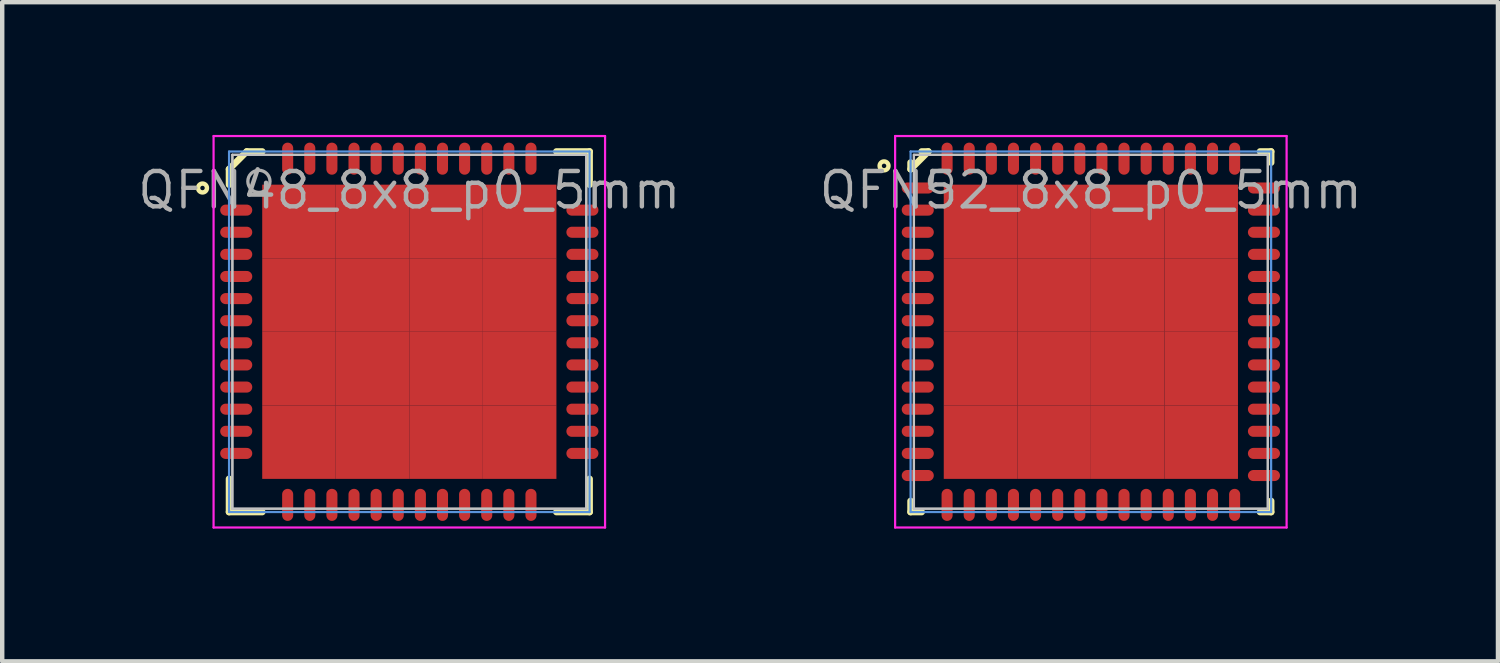
<source format=kicad_pcb>
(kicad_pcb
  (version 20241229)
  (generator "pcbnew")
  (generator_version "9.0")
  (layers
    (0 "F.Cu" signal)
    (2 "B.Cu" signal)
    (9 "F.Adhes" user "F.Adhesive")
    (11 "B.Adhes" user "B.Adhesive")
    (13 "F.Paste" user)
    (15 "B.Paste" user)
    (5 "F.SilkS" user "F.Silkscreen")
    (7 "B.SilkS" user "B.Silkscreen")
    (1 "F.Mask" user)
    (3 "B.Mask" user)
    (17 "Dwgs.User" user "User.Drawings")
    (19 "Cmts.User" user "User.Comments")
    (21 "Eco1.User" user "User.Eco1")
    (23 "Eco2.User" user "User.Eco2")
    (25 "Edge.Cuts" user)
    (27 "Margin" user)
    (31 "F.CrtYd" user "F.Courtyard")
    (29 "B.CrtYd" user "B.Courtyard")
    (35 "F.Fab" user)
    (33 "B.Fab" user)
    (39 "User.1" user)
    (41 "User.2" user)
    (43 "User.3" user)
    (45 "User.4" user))
  (footprint "QFN48_8x8_p0_5mm"
    (layer "F.Cu")
    (at 6.203 4.45)
    (property "Reference" "QFN48_8x8_p0_5mm" (at 0 -3.2 0) (layer "F.Fab") (effects (font (size 0.8 0.8) (thickness 0.1))))
    (attr through_hole)
    (fp_line (start -4.075 -3.675) (end -4.075 -3.325) (stroke (width 0.15) (type solid)) (layer "F.SilkS"))
    (fp_line (start -4.075 -3.675) (end -3.675 -4.075) (stroke (width 0.15) (type solid)) (layer "F.SilkS"))
    (fp_line (start -4.075 4.075) (end -4.075 3.325) (stroke (width 0.15) (type solid)) (layer "F.SilkS"))
    (fp_line (start -4.075 4.075) (end -3.325 4.075) (stroke (width 0.15) (type solid)) (layer "F.SilkS"))
    (fp_line (start -3.325 -4.075) (end -3.675 -4.075) (stroke (width 0.15) (type solid)) (layer "F.SilkS"))
    (fp_line (start 4.075 -4.075) (end 3.325 -4.075) (stroke (width 0.15) (type solid)) (layer "F.SilkS"))
    (fp_line (start 4.075 -4.075) (end 4.075 -3.325) (stroke (width 0.15) (type solid)) (layer "F.SilkS"))
    (fp_line (start 4.075 4.075) (end 3.325 4.075) (stroke (width 0.15) (type solid)) (layer "F.SilkS"))
    (fp_line (start 4.075 4.075) (end 4.075 3.325) (stroke (width 0.15) (type solid)) (layer "F.SilkS"))
    (fp_circle (center -4.675 -3.25) (end -4.604 -3.179) (stroke (width 0.1) (type solid)) (fill no) (layer "F.SilkS"))
    (fp_line (start -4 -4) (end -4 4) (stroke (width 0.05) (type solid)) (layer "Dwgs.User"))
    (fp_line (start -4 -4) (end 4 -4) (stroke (width 0.05) (type solid)) (layer "Dwgs.User"))
    (fp_line (start -4 4) (end 4 4) (stroke (width 0.05) (type solid)) (layer "Dwgs.User"))
    (fp_line (start 4 -4) (end 4 4) (stroke (width 0.05) (type solid)) (layer "Dwgs.User"))
    (fp_line (start -4.075 -4.075) (end -4.075 4.075) (stroke (width 0.05) (type solid)) (layer "Cmts.User"))
    (fp_line (start -4.075 -4.075) (end 4.075 -4.075) (stroke (width 0.05) (type solid)) (layer "Cmts.User"))
    (fp_line (start -4.075 4.075) (end 4.075 4.075) (stroke (width 0.05) (type solid)) (layer "Cmts.User"))
    (fp_line (start 4.075 -4.075) (end 4.075 4.075) (stroke (width 0.05) (type solid)) (layer "Cmts.User"))
    (fp_line (start -3.925 -3.925) (end -3.925 3.925) (stroke (width 0.05) (type solid)) (layer "Eco1.User"))
    (fp_line (start -3.925 -3.925) (end 3.925 -3.925) (stroke (width 0.05) (type solid)) (layer "Eco1.User"))
    (fp_line (start -3.925 3.925) (end 3.925 3.925) (stroke (width 0.05) (type solid)) (layer "Eco1.User"))
    (fp_line (start 3.925 -3.925) (end 3.925 3.925) (stroke (width 0.05) (type solid)) (layer "Eco1.User"))
    (fp_line (start -4.425 -4.425) (end -4.425 4.425) (stroke (width 0.05) (type solid)) (layer "F.CrtYd"))
    (fp_line (start -4.425 -4.425) (end 4.425 -4.425) (stroke (width 0.05) (type solid)) (layer "F.CrtYd"))
    (fp_line (start -4.425 4.425) (end 4.425 4.425) (stroke (width 0.05) (type solid)) (layer "F.CrtYd"))
    (fp_line (start 4.425 -4.425) (end 4.425 4.425) (stroke (width 0.05) (type solid)) (layer "F.CrtYd"))
    (fp_line (start -4 -4) (end -4 4) (stroke (width 0.05) (type solid)) (layer "F.Fab"))
    (fp_line (start -4 -4) (end 4 -4) (stroke (width 0.05) (type solid)) (layer "F.Fab"))
    (fp_line (start -4 4) (end 4 4) (stroke (width 0.05) (type solid)) (layer "F.Fab"))
    (fp_line (start 4 -4) (end 4 4) (stroke (width 0.05) (type solid)) (layer "F.Fab"))
    (fp_circle (center -3.4 -3.4) (end -3.223 -3.223) (stroke (width 0.075) (type solid)) (fill no) (layer "F.Fab"))
    (pad "1" smd oval (at -3.913 -2.75 180) (size 0.725 0.25) (layers "F.Cu" "F.Mask" "F.Paste"))
    (pad "2" smd oval (at -3.913 -2.25 180) (size 0.725 0.25) (layers "F.Cu" "F.Mask" "F.Paste"))
    (pad "3" smd oval (at -3.913 -1.75 180) (size 0.725 0.25) (layers "F.Cu" "F.Mask" "F.Paste"))
    (pad "4" smd oval (at -3.913 -1.25 180) (size 0.725 0.25) (layers "F.Cu" "F.Mask" "F.Paste"))
    (pad "5" smd oval (at -3.913 -0.75 180) (size 0.725 0.25) (layers "F.Cu" "F.Mask" "F.Paste"))
    (pad "6" smd oval (at -3.913 -0.25 180) (size 0.725 0.25) (layers "F.Cu" "F.Mask" "F.Paste"))
    (pad "7" smd oval (at -3.913 0.25 180) (size 0.725 0.25) (layers "F.Cu" "F.Mask" "F.Paste"))
    (pad "8" smd oval (at -3.913 0.75 180) (size 0.725 0.25) (layers "F.Cu" "F.Mask" "F.Paste"))
    (pad "9" smd oval (at -3.913 1.25 180) (size 0.725 0.25) (layers "F.Cu" "F.Mask" "F.Paste"))
    (pad "10" smd oval (at -3.913 1.75 180) (size 0.725 0.25) (layers "F.Cu" "F.Mask" "F.Paste"))
    (pad "11" smd oval (at -3.913 2.25 180) (size 0.725 0.25) (layers "F.Cu" "F.Mask" "F.Paste"))
    (pad "12" smd oval (at -3.913 2.75 180) (size 0.725 0.25) (layers "F.Cu" "F.Mask" "F.Paste"))
    (pad "13" smd oval (at -2.75 3.913 270) (size 0.725 0.25) (layers "F.Cu" "F.Mask" "F.Paste"))
    (pad "14" smd oval (at -2.25 3.913 270) (size 0.725 0.25) (layers "F.Cu" "F.Mask" "F.Paste"))
    (pad "15" smd oval (at -1.75 3.913 270) (size 0.725 0.25) (layers "F.Cu" "F.Mask" "F.Paste"))
    (pad "16" smd oval (at -1.25 3.913 270) (size 0.725 0.25) (layers "F.Cu" "F.Mask" "F.Paste"))
    (pad "17" smd oval (at -0.75 3.913 270) (size 0.725 0.25) (layers "F.Cu" "F.Mask" "F.Paste"))
    (pad "18" smd oval (at -0.25 3.913 270) (size 0.725 0.25) (layers "F.Cu" "F.Mask" "F.Paste"))
    (pad "19" smd oval (at 0.25 3.913 270) (size 0.725 0.25) (layers "F.Cu" "F.Mask" "F.Paste"))
    (pad "20" smd oval (at 0.75 3.913 270) (size 0.725 0.25) (layers "F.Cu" "F.Mask" "F.Paste"))
    (pad "21" smd oval (at 1.25 3.913 270) (size 0.725 0.25) (layers "F.Cu" "F.Mask" "F.Paste"))
    (pad "22" smd oval (at 1.75 3.913 270) (size 0.725 0.25) (layers "F.Cu" "F.Mask" "F.Paste"))
    (pad "23" smd oval (at 2.25 3.913 270) (size 0.725 0.25) (layers "F.Cu" "F.Mask" "F.Paste"))
    (pad "24" smd oval (at 2.75 3.913 270) (size 0.725 0.25) (layers "F.Cu" "F.Mask" "F.Paste"))
    (pad "25" smd oval (at 3.913 2.75) (size 0.725 0.25) (layers "F.Cu" "F.Mask" "F.Paste"))
    (pad "26" smd oval (at 3.913 2.25) (size 0.725 0.25) (layers "F.Cu" "F.Mask" "F.Paste"))
    (pad "27" smd oval (at 3.913 1.75) (size 0.725 0.25) (layers "F.Cu" "F.Mask" "F.Paste"))
    (pad "28" smd oval (at 3.913 1.25) (size 0.725 0.25) (layers "F.Cu" "F.Mask" "F.Paste"))
    (pad "29" smd oval (at 3.913 0.75) (size 0.725 0.25) (layers "F.Cu" "F.Mask" "F.Paste"))
    (pad "30" smd oval (at 3.913 0.25) (size 0.725 0.25) (layers "F.Cu" "F.Mask" "F.Paste"))
    (pad "31" smd oval (at 3.913 -0.25) (size 0.725 0.25) (layers "F.Cu" "F.Mask" "F.Paste"))
    (pad "32" smd oval (at 3.913 -0.75) (size 0.725 0.25) (layers "F.Cu" "F.Mask" "F.Paste"))
    (pad "33" smd oval (at 3.913 -1.25) (size 0.725 0.25) (layers "F.Cu" "F.Mask" "F.Paste"))
    (pad "34" smd oval (at 3.913 -1.75) (size 0.725 0.25) (layers "F.Cu" "F.Mask" "F.Paste"))
    (pad "35" smd oval (at 3.913 -2.25) (size 0.725 0.25) (layers "F.Cu" "F.Mask" "F.Paste"))
    (pad "36" smd oval (at 3.913 -2.75) (size 0.725 0.25) (layers "F.Cu" "F.Mask" "F.Paste"))
    (pad "37" smd oval (at 2.75 -3.913 90) (size 0.725 0.25) (layers "F.Cu" "F.Mask" "F.Paste"))
    (pad "38" smd oval (at 2.25 -3.913 90) (size 0.725 0.25) (layers "F.Cu" "F.Mask" "F.Paste"))
    (pad "39" smd oval (at 1.75 -3.913 90) (size 0.725 0.25) (layers "F.Cu" "F.Mask" "F.Paste"))
    (pad "40" smd oval (at 1.25 -3.913 90) (size 0.725 0.25) (layers "F.Cu" "F.Mask" "F.Paste"))
    (pad "41" smd oval (at 0.75 -3.913 90) (size 0.725 0.25) (layers "F.Cu" "F.Mask" "F.Paste"))
    (pad "42" smd oval (at 0.25 -3.913 90) (size 0.725 0.25) (layers "F.Cu" "F.Mask" "F.Paste"))
    (pad "43" smd oval (at -0.25 -3.913 90) (size 0.725 0.25) (layers "F.Cu" "F.Mask" "F.Paste"))
    (pad "44" smd oval (at -0.75 -3.913 90) (size 0.725 0.25) (layers "F.Cu" "F.Mask" "F.Paste"))
    (pad "45" smd oval (at -1.25 -3.913 90) (size 0.725 0.25) (layers "F.Cu" "F.Mask" "F.Paste"))
    (pad "46" smd oval (at -1.75 -3.913 90) (size 0.725 0.25) (layers "F.Cu" "F.Mask" "F.Paste"))
    (pad "47" smd oval (at -2.25 -3.913 90) (size 0.725 0.25) (layers "F.Cu" "F.Mask" "F.Paste"))
    (pad "48" smd oval (at -2.75 -3.913 90) (size 0.725 0.25) (layers "F.Cu" "F.Mask" "F.Paste"))
    (pad "49" smd rect (at -2.494 -2.494) (size 1.663 1.663) (layers "F.Cu" "F.Mask" "F.Paste"))
    (pad "49" smd rect (at -2.494 -0.831) (size 1.663 1.663) (layers "F.Cu" "F.Mask" "F.Paste"))
    (pad "49" smd rect (at -2.494 0.831) (size 1.663 1.663) (layers "F.Cu" "F.Mask" "F.Paste"))
    (pad "49" smd rect (at -2.494 2.494) (size 1.663 1.663) (layers "F.Cu" "F.Mask" "F.Paste"))
    (pad "49" smd rect (at -0.831 -2.494) (size 1.663 1.663) (layers "F.Cu" "F.Mask" "F.Paste"))
    (pad "49" smd rect (at -0.831 -0.831) (size 1.663 1.663) (layers "F.Cu" "F.Mask" "F.Paste"))
    (pad "49" smd rect (at -0.831 0.831) (size 1.663 1.663) (layers "F.Cu" "F.Mask" "F.Paste"))
    (pad "49" smd rect (at -0.831 2.494) (size 1.663 1.663) (layers "F.Cu" "F.Mask" "F.Paste"))
    (pad "49" smd rect (at 0.831 -2.494) (size 1.663 1.663) (layers "F.Cu" "F.Mask" "F.Paste"))
    (pad "49" smd rect (at 0.831 -0.831) (size 1.663 1.663) (layers "F.Cu" "F.Mask" "F.Paste"))
    (pad "49" smd rect (at 0.831 0.831) (size 1.663 1.663) (layers "F.Cu" "F.Mask" "F.Paste"))
    (pad "49" smd rect (at 0.831 2.494) (size 1.663 1.663) (layers "F.Cu" "F.Mask" "F.Paste"))
    (pad "49" smd rect (at 2.494 -2.494) (size 1.663 1.663) (layers "F.Cu" "F.Mask" "F.Paste"))
    (pad "49" smd rect (at 2.494 -0.831) (size 1.663 1.663) (layers "F.Cu" "F.Mask" "F.Paste"))
    (pad "49" smd rect (at 2.494 0.831) (size 1.663 1.663) (layers "F.Cu" "F.Mask" "F.Paste"))
    (pad "49" smd rect (at 2.494 2.494) (size 1.663 1.663) (layers "F.Cu" "F.Mask" "F.Paste")))
  (footprint "QFN52_8x8_p0_5mm"
    (layer "F.Cu")
    (at 21.61 4.45)
    (property "Reference" "QFN52_8x8_p0_5mm" (at 0 -3.2 0) (layer "F.Fab") (effects (font (size 0.8 0.8) (thickness 0.1))))
    (attr through_hole)
    (fp_line (start -4.075 -3.675) (end -4.075 -3.825) (stroke (width 0.15) (type solid)) (layer "F.SilkS"))
    (fp_line (start -4.075 -3.675) (end -3.675 -4.075) (stroke (width 0.15) (type solid)) (layer "F.SilkS"))
    (fp_line (start -4.075 4.075) (end -4.075 3.825) (stroke (width 0.15) (type solid)) (layer "F.SilkS"))
    (fp_line (start -4.075 4.075) (end -3.825 4.075) (stroke (width 0.15) (type solid)) (layer "F.SilkS"))
    (fp_line (start -3.825 -4.075) (end -3.675 -4.075) (stroke (width 0.15) (type solid)) (layer "F.SilkS"))
    (fp_line (start 4.075 -4.075) (end 3.825 -4.075) (stroke (width 0.15) (type solid)) (layer "F.SilkS"))
    (fp_line (start 4.075 -4.075) (end 4.075 -3.825) (stroke (width 0.15) (type solid)) (layer "F.SilkS"))
    (fp_line (start 4.075 4.075) (end 3.825 4.075) (stroke (width 0.15) (type solid)) (layer "F.SilkS"))
    (fp_line (start 4.075 4.075) (end 4.075 3.825) (stroke (width 0.15) (type solid)) (layer "F.SilkS"))
    (fp_circle (center -4.675 -3.75) (end -4.604 -3.679) (stroke (width 0.1) (type solid)) (fill no) (layer "F.SilkS"))
    (fp_line (start -4 -4) (end -4 4) (stroke (width 0.05) (type solid)) (layer "Dwgs.User"))
    (fp_line (start -4 -4) (end 4 -4) (stroke (width 0.05) (type solid)) (layer "Dwgs.User"))
    (fp_line (start -4 4) (end 4 4) (stroke (width 0.05) (type solid)) (layer "Dwgs.User"))
    (fp_line (start 4 -4) (end 4 4) (stroke (width 0.05) (type solid)) (layer "Dwgs.User"))
    (fp_line (start -4.075 -4.075) (end -4.075 4.075) (stroke (width 0.05) (type solid)) (layer "Cmts.User"))
    (fp_line (start -4.075 -4.075) (end 4.075 -4.075) (stroke (width 0.05) (type solid)) (layer "Cmts.User"))
    (fp_line (start -4.075 4.075) (end 4.075 4.075) (stroke (width 0.05) (type solid)) (layer "Cmts.User"))
    (fp_line (start 4.075 -4.075) (end 4.075 4.075) (stroke (width 0.05) (type solid)) (layer "Cmts.User"))
    (fp_line (start -3.925 -3.925) (end -3.925 3.925) (stroke (width 0.05) (type solid)) (layer "Eco1.User"))
    (fp_line (start -3.925 -3.925) (end 3.925 -3.925) (stroke (width 0.05) (type solid)) (layer "Eco1.User"))
    (fp_line (start -3.925 3.925) (end 3.925 3.925) (stroke (width 0.05) (type solid)) (layer "Eco1.User"))
    (fp_line (start 3.925 -3.925) (end 3.925 3.925) (stroke (width 0.05) (type solid)) (layer "Eco1.User"))
    (fp_line (start -4.425 -4.425) (end -4.425 4.425) (stroke (width 0.05) (type solid)) (layer "F.CrtYd"))
    (fp_line (start -4.425 -4.425) (end 4.425 -4.425) (stroke (width 0.05) (type solid)) (layer "F.CrtYd"))
    (fp_line (start -4.425 4.425) (end 4.425 4.425) (stroke (width 0.05) (type solid)) (layer "F.CrtYd"))
    (fp_line (start 4.425 -4.425) (end 4.425 4.425) (stroke (width 0.05) (type solid)) (layer "F.CrtYd"))
    (fp_line (start -4 -4) (end -4 4) (stroke (width 0.05) (type solid)) (layer "F.Fab"))
    (fp_line (start -4 -4) (end 4 -4) (stroke (width 0.05) (type solid)) (layer "F.Fab"))
    (fp_line (start -4 4) (end 4 4) (stroke (width 0.05) (type solid)) (layer "F.Fab"))
    (fp_line (start 4 -4) (end 4 4) (stroke (width 0.05) (type solid)) (layer "F.Fab"))
    (fp_circle (center -3.4 -3.4) (end -3.223 -3.223) (stroke (width 0.075) (type solid)) (fill no) (layer "F.Fab"))
    (pad "1" smd oval (at -3.913 -3.25 180) (size 0.725 0.25) (layers "F.Cu" "F.Mask" "F.Paste"))
    (pad "2" smd oval (at -3.913 -2.75 180) (size 0.725 0.25) (layers "F.Cu" "F.Mask" "F.Paste"))
    (pad "3" smd oval (at -3.913 -2.25 180) (size 0.725 0.25) (layers "F.Cu" "F.Mask" "F.Paste"))
    (pad "4" smd oval (at -3.913 -1.75 180) (size 0.725 0.25) (layers "F.Cu" "F.Mask" "F.Paste"))
    (pad "5" smd oval (at -3.913 -1.25 180) (size 0.725 0.25) (layers "F.Cu" "F.Mask" "F.Paste"))
    (pad "6" smd oval (at -3.913 -0.75 180) (size 0.725 0.25) (layers "F.Cu" "F.Mask" "F.Paste"))
    (pad "7" smd oval (at -3.913 -0.25 180) (size 0.725 0.25) (layers "F.Cu" "F.Mask" "F.Paste"))
    (pad "8" smd oval (at -3.913 0.25 180) (size 0.725 0.25) (layers "F.Cu" "F.Mask" "F.Paste"))
    (pad "9" smd oval (at -3.913 0.75 180) (size 0.725 0.25) (layers "F.Cu" "F.Mask" "F.Paste"))
    (pad "10" smd oval (at -3.913 1.25 180) (size 0.725 0.25) (layers "F.Cu" "F.Mask" "F.Paste"))
    (pad "11" smd oval (at -3.913 1.75 180) (size 0.725 0.25) (layers "F.Cu" "F.Mask" "F.Paste"))
    (pad "12" smd oval (at -3.913 2.25 180) (size 0.725 0.25) (layers "F.Cu" "F.Mask" "F.Paste"))
    (pad "13" smd oval (at -3.913 2.75 180) (size 0.725 0.25) (layers "F.Cu" "F.Mask" "F.Paste"))
    (pad "14" smd oval (at -3.913 3.25 180) (size 0.725 0.25) (layers "F.Cu" "F.Mask" "F.Paste"))
    (pad "15" smd oval (at -3.25 3.913 270) (size 0.725 0.25) (layers "F.Cu" "F.Mask" "F.Paste"))
    (pad "16" smd oval (at -2.75 3.913 270) (size 0.725 0.25) (layers "F.Cu" "F.Mask" "F.Paste"))
    (pad "17" smd oval (at -2.25 3.913 270) (size 0.725 0.25) (layers "F.Cu" "F.Mask" "F.Paste"))
    (pad "18" smd oval (at -1.75 3.913 270) (size 0.725 0.25) (layers "F.Cu" "F.Mask" "F.Paste"))
    (pad "19" smd oval (at -1.25 3.913 270) (size 0.725 0.25) (layers "F.Cu" "F.Mask" "F.Paste"))
    (pad "20" smd oval (at -0.75 3.913 270) (size 0.725 0.25) (layers "F.Cu" "F.Mask" "F.Paste"))
    (pad "21" smd oval (at -0.25 3.913 270) (size 0.725 0.25) (layers "F.Cu" "F.Mask" "F.Paste"))
    (pad "22" smd oval (at 0.25 3.913 270) (size 0.725 0.25) (layers "F.Cu" "F.Mask" "F.Paste"))
    (pad "23" smd oval (at 0.75 3.913 270) (size 0.725 0.25) (layers "F.Cu" "F.Mask" "F.Paste"))
    (pad "24" smd oval (at 1.25 3.913 270) (size 0.725 0.25) (layers "F.Cu" "F.Mask" "F.Paste"))
    (pad "25" smd oval (at 1.75 3.913 270) (size 0.725 0.25) (layers "F.Cu" "F.Mask" "F.Paste"))
    (pad "26" smd oval (at 2.25 3.913 270) (size 0.725 0.25) (layers "F.Cu" "F.Mask" "F.Paste"))
    (pad "27" smd oval (at 2.75 3.913 270) (size 0.725 0.25) (layers "F.Cu" "F.Mask" "F.Paste"))
    (pad "28" smd oval (at 3.25 3.913 270) (size 0.725 0.25) (layers "F.Cu" "F.Mask" "F.Paste"))
    (pad "29" smd oval (at 3.913 3.25) (size 0.725 0.25) (layers "F.Cu" "F.Mask" "F.Paste"))
    (pad "30" smd oval (at 3.913 2.75) (size 0.725 0.25) (layers "F.Cu" "F.Mask" "F.Paste"))
    (pad "31" smd oval (at 3.913 2.25) (size 0.725 0.25) (layers "F.Cu" "F.Mask" "F.Paste"))
    (pad "32" smd oval (at 3.913 1.75) (size 0.725 0.25) (layers "F.Cu" "F.Mask" "F.Paste"))
    (pad "33" smd oval (at 3.913 1.25) (size 0.725 0.25) (layers "F.Cu" "F.Mask" "F.Paste"))
    (pad "34" smd oval (at 3.913 0.75) (size 0.725 0.25) (layers "F.Cu" "F.Mask" "F.Paste"))
    (pad "35" smd oval (at 3.913 0.25) (size 0.725 0.25) (layers "F.Cu" "F.Mask" "F.Paste"))
    (pad "36" smd oval (at 3.913 -0.25) (size 0.725 0.25) (layers "F.Cu" "F.Mask" "F.Paste"))
    (pad "37" smd oval (at 3.913 -0.75) (size 0.725 0.25) (layers "F.Cu" "F.Mask" "F.Paste"))
    (pad "38" smd oval (at 3.913 -1.25) (size 0.725 0.25) (layers "F.Cu" "F.Mask" "F.Paste"))
    (pad "39" smd oval (at 3.913 -1.75) (size 0.725 0.25) (layers "F.Cu" "F.Mask" "F.Paste"))
    (pad "40" smd oval (at 3.913 -2.25) (size 0.725 0.25) (layers "F.Cu" "F.Mask" "F.Paste"))
    (pad "41" smd oval (at 3.913 -2.75) (size 0.725 0.25) (layers "F.Cu" "F.Mask" "F.Paste"))
    (pad "42" smd oval (at 3.913 -3.25) (size 0.725 0.25) (layers "F.Cu" "F.Mask" "F.Paste"))
    (pad "43" smd oval (at 3.25 -3.913 90) (size 0.725 0.25) (layers "F.Cu" "F.Mask" "F.Paste"))
    (pad "44" smd oval (at 2.75 -3.913 90) (size 0.725 0.25) (layers "F.Cu" "F.Mask" "F.Paste"))
    (pad "45" smd oval (at 2.25 -3.913 90) (size 0.725 0.25) (layers "F.Cu" "F.Mask" "F.Paste"))
    (pad "46" smd oval (at 1.75 -3.913 90) (size 0.725 0.25) (layers "F.Cu" "F.Mask" "F.Paste"))
    (pad "47" smd oval (at 1.25 -3.913 90) (size 0.725 0.25) (layers "F.Cu" "F.Mask" "F.Paste"))
    (pad "48" smd oval (at 0.75 -3.913 90) (size 0.725 0.25) (layers "F.Cu" "F.Mask" "F.Paste"))
    (pad "49" smd oval (at 0.25 -3.913 90) (size 0.725 0.25) (layers "F.Cu" "F.Mask" "F.Paste"))
    (pad "50" smd oval (at -0.25 -3.913 90) (size 0.725 0.25) (layers "F.Cu" "F.Mask" "F.Paste"))
    (pad "51" smd oval (at -0.75 -3.913 90) (size 0.725 0.25) (layers "F.Cu" "F.Mask" "F.Paste"))
    (pad "52" smd oval (at -1.25 -3.913 90) (size 0.725 0.25) (layers "F.Cu" "F.Mask" "F.Paste"))
    (pad "53" smd oval (at -1.75 -3.913 90) (size 0.725 0.25) (layers "F.Cu" "F.Mask" "F.Paste"))
    (pad "54" smd oval (at -2.25 -3.913 90) (size 0.725 0.25) (layers "F.Cu" "F.Mask" "F.Paste"))
    (pad "55" smd oval (at -2.75 -3.913 90) (size 0.725 0.25) (layers "F.Cu" "F.Mask" "F.Paste"))
    (pad "56" smd oval (at -3.25 -3.913 90) (size 0.725 0.25) (layers "F.Cu" "F.Mask" "F.Paste"))
    (pad "57" smd rect (at -2.494 -2.494) (size 1.663 1.663) (layers "F.Cu" "F.Mask" "F.Paste"))
    (pad "57" smd rect (at -2.494 -0.831) (size 1.663 1.663) (layers "F.Cu" "F.Mask" "F.Paste"))
    (pad "57" smd rect (at -2.494 0.831) (size 1.663 1.663) (layers "F.Cu" "F.Mask" "F.Paste"))
    (pad "57" smd rect (at -2.494 2.494) (size 1.663 1.663) (layers "F.Cu" "F.Mask" "F.Paste"))
    (pad "57" smd rect (at -0.831 -2.494) (size 1.663 1.663) (layers "F.Cu" "F.Mask" "F.Paste"))
    (pad "57" smd rect (at -0.831 -0.831) (size 1.663 1.663) (layers "F.Cu" "F.Mask" "F.Paste"))
    (pad "57" smd rect (at -0.831 0.831) (size 1.663 1.663) (layers "F.Cu" "F.Mask" "F.Paste"))
    (pad "57" smd rect (at -0.831 2.494) (size 1.663 1.663) (layers "F.Cu" "F.Mask" "F.Paste"))
    (pad "57" smd rect (at 0.831 -2.494) (size 1.663 1.663) (layers "F.Cu" "F.Mask" "F.Paste"))
    (pad "57" smd rect (at 0.831 -0.831) (size 1.663 1.663) (layers "F.Cu" "F.Mask" "F.Paste"))
    (pad "57" smd rect (at 0.831 0.831) (size 1.663 1.663) (layers "F.Cu" "F.Mask" "F.Paste"))
    (pad "57" smd rect (at 0.831 2.494) (size 1.663 1.663) (layers "F.Cu" "F.Mask" "F.Paste"))
    (pad "57" smd rect (at 2.494 -2.494) (size 1.663 1.663) (layers "F.Cu" "F.Mask" "F.Paste"))
    (pad "57" smd rect (at 2.494 -0.831) (size 1.663 1.663) (layers "F.Cu" "F.Mask" "F.Paste"))
    (pad "57" smd rect (at 2.494 0.831) (size 1.663 1.663) (layers "F.Cu" "F.Mask" "F.Paste"))
    (pad "57" smd rect (at 2.494 2.494) (size 1.663 1.663) (layers "F.Cu" "F.Mask" "F.Paste")))
  (gr_rect
    (start -3 -3)
    (end 30.813 11.9)
    (stroke (width 0.1) (type default))
    (fill no)
    (layer "Edge.Cuts")))
</source>
